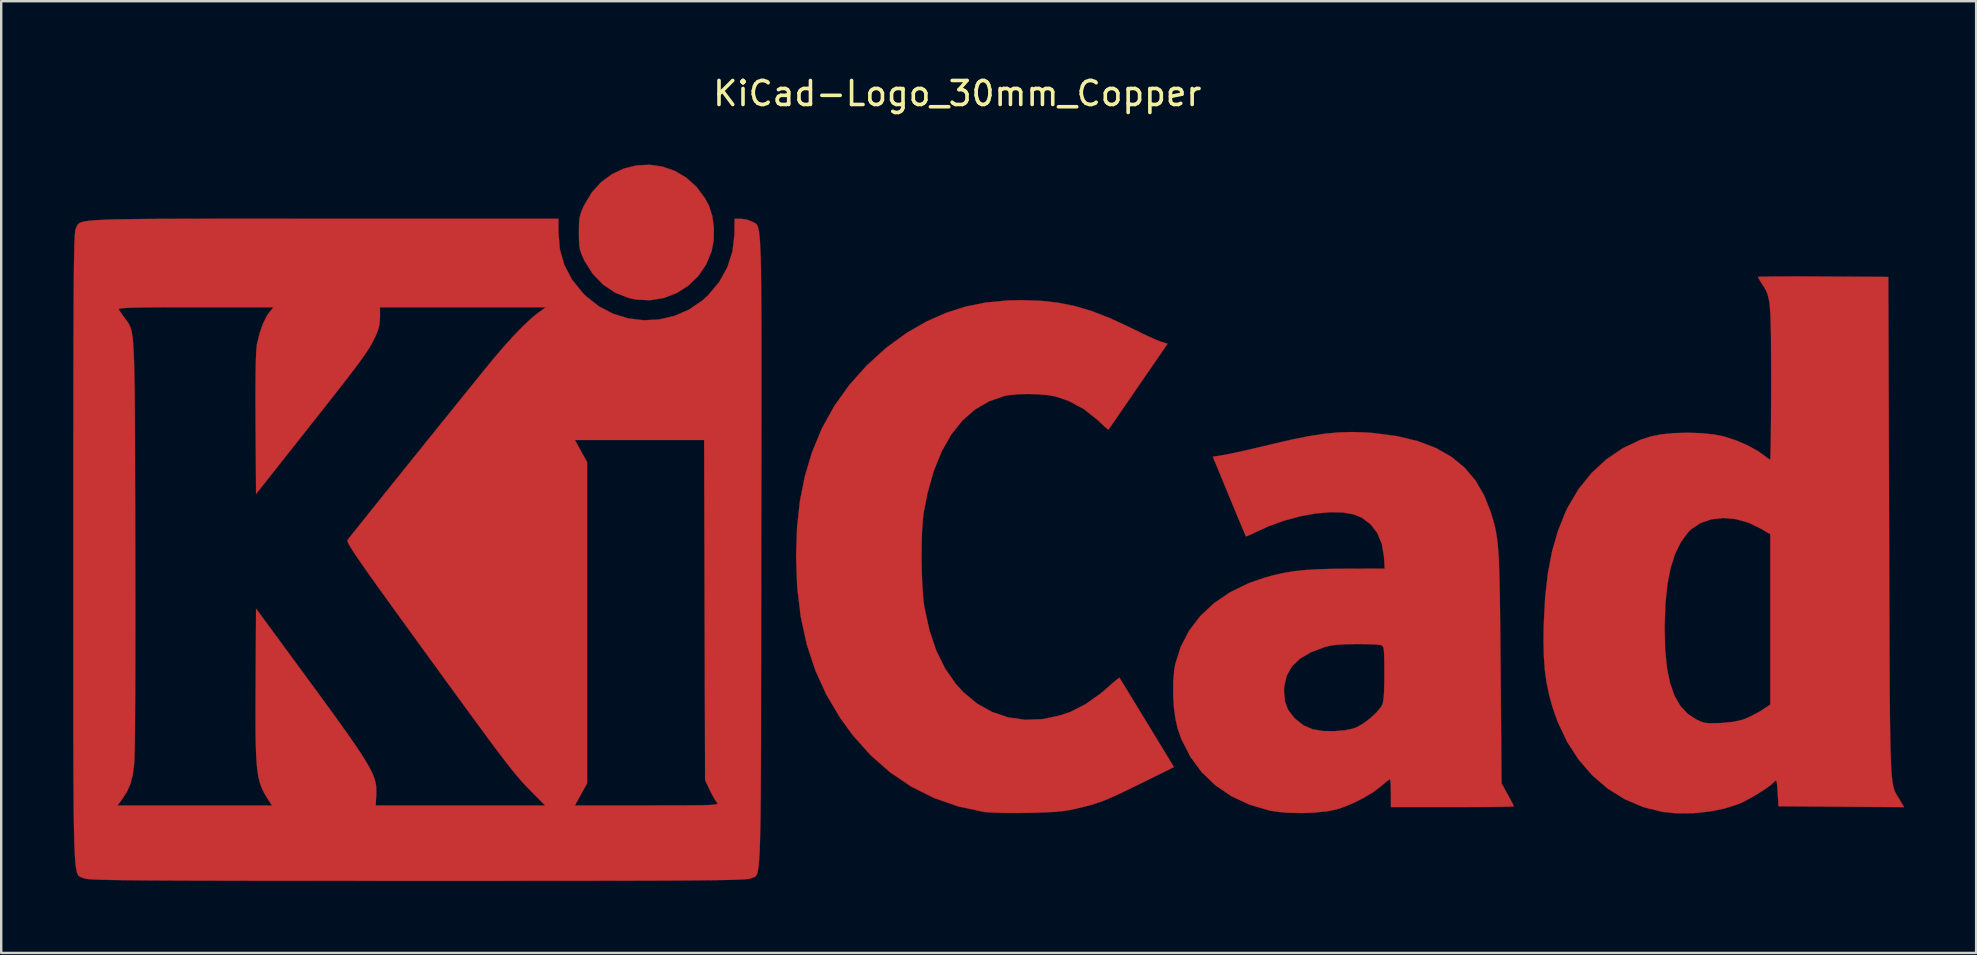
<source format=kicad_pcb>
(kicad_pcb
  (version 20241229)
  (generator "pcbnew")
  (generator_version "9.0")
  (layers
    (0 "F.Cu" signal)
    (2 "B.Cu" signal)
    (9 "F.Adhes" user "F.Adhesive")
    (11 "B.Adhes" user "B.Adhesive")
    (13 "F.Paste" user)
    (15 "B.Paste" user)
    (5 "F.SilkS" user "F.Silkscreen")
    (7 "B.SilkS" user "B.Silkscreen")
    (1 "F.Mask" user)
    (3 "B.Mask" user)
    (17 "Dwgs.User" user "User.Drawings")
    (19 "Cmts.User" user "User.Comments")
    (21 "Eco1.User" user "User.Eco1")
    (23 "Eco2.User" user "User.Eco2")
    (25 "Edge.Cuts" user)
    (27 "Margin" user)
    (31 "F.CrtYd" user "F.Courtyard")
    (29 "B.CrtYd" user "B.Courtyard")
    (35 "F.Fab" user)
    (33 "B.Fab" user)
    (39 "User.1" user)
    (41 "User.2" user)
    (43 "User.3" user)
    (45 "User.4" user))
  (footprint "KiCad-Logo_30mm_Copper"
    (layer "F.Cu")
    (at 38.106 18.628)
    (property "Reference" "KiCad-Logo_30mm_Copper" (at -1.27 -17.78 0) (layer "F.SilkS") (effects (font (size 1 1) (thickness 0.15))))
    (attr exclude_from_pos_files exclude_from_bom)
    (fp_poly (pts (xy -13.557 -14.738) (xy -13.044 -14.56) (xy -12.567 -14.28) (xy -12.141 -13.898) (xy -11.781 -13.415) (xy -11.619 -13.11) (xy -11.48 -12.683) (xy -11.412 -12.191) (xy -11.419 -11.684) (xy -11.503 -11.226) (xy -11.73 -10.665) (xy -12.061 -10.179) (xy -12.477 -9.777) (xy -12.961 -9.468) (xy -13.499 -9.262) (xy -14.071 -9.168) (xy -14.662 -9.197) (xy -14.953 -9.259) (xy -15.521 -9.48) (xy -16.025 -9.817) (xy -16.454 -10.26) (xy -16.795 -10.798) (xy -16.823 -10.856) (xy -16.923 -11.077) (xy -16.986 -11.263) (xy -17.02 -11.459) (xy -17.033 -11.71) (xy -17.036 -11.983) (xy -17.032 -12.311) (xy -17.015 -12.549) (xy -16.976 -12.741) (xy -16.906 -12.933) (xy -16.82 -13.122) (xy -16.498 -13.66) (xy -16.103 -14.095) (xy -15.648 -14.428) (xy -15.151 -14.659) (xy -14.626 -14.787) (xy -14.09 -14.814) (xy -13.557 -14.738)) (stroke (width 0.01) (type solid)) (fill yes) (layer "F.Cu"))
    (fp_poly (pts (xy 2.188 -9.148) (xy 2.924 -9.067) (xy 3.638 -8.923) (xy 4.357 -8.708) (xy 5.111 -8.414) (xy 5.93 -8.033) (xy 6.078 -7.959) (xy 6.416 -7.793) (xy 6.735 -7.643) (xy 7.003 -7.524) (xy 7.189 -7.45) (xy 7.218 -7.44) (xy 7.492 -7.358) (xy 6.265 -5.574) (xy 5.966 -5.138) (xy 5.691 -4.739) (xy 5.452 -4.392) (xy 5.257 -4.11) (xy 5.116 -3.905) (xy 5.038 -3.793) (xy 5.026 -3.775) (xy 4.974 -3.812) (xy 4.847 -3.924) (xy 4.668 -4.091) (xy 4.569 -4.185) (xy 4.007 -4.631) (xy 3.377 -4.97) (xy 2.834 -5.156) (xy 2.508 -5.215) (xy 2.099 -5.25) (xy 1.657 -5.262) (xy 1.228 -5.25) (xy 0.861 -5.213) (xy 0.715 -5.185) (xy 0.055 -4.958) (xy -0.539 -4.612) (xy -1.068 -4.146) (xy -1.53 -3.563) (xy -1.927 -2.861) (xy -2.256 -2.043) (xy -2.517 -1.108) (xy -2.673 -0.307) (xy -2.713 0.046) (xy -2.741 0.503) (xy -2.756 1.029) (xy -2.759 1.594) (xy -2.749 2.163) (xy -2.728 2.703) (xy -2.695 3.184) (xy -2.65 3.57) (xy -2.641 3.629) (xy -2.429 4.59) (xy -2.141 5.439) (xy -1.775 6.183) (xy -1.328 6.823) (xy -1.011 7.169) (xy -0.441 7.64) (xy 0.184 7.988) (xy 0.853 8.213) (xy 1.557 8.312) (xy 2.284 8.285) (xy 3.023 8.128) (xy 3.461 7.974) (xy 4.066 7.666) (xy 4.69 7.225) (xy 5.04 6.926) (xy 5.236 6.753) (xy 5.39 6.626) (xy 5.478 6.565) (xy 5.489 6.563) (xy 5.528 6.626) (xy 5.629 6.791) (xy 5.784 7.044) (xy 5.985 7.372) (xy 6.221 7.76) (xy 6.485 8.193) (xy 6.633 8.435) (xy 7.756 10.281) (xy 6.353 10.974) (xy 5.846 11.223) (xy 5.435 11.419) (xy 5.095 11.573) (xy 4.802 11.693) (xy 4.529 11.79) (xy 4.252 11.873) (xy 3.946 11.953) (xy 3.653 12.022) (xy 3.392 12.076) (xy 3.12 12.117) (xy 2.808 12.147) (xy 2.429 12.168) (xy 1.957 12.183) (xy 1.639 12.189) (xy 1.185 12.194) (xy 0.749 12.192) (xy 0.361 12.183) (xy 0.049 12.17) (xy -0.157 12.152) (xy -0.169 12.15) (xy -1.242 11.918) (xy -2.249 11.566) (xy -3.19 11.095) (xy -4.066 10.504) (xy -4.875 9.794) (xy -5.617 8.965) (xy -6.154 8.228) (xy -6.726 7.263) (xy -7.189 6.245) (xy -7.544 5.164) (xy -7.794 4.013) (xy -7.941 2.783) (xy -7.987 1.534) (xy -7.949 0.327) (xy -7.83 -0.788) (xy -7.625 -1.828) (xy -7.33 -2.812) (xy -6.943 -3.759) (xy -6.897 -3.857) (xy -6.387 -4.774) (xy -5.761 -5.647) (xy -5.037 -6.457) (xy -4.232 -7.187) (xy -3.364 -7.818) (xy -2.555 -8.281) (xy -1.738 -8.643) (xy -0.919 -8.906) (xy -0.066 -9.076) (xy 0.851 -9.16) (xy 1.4 -9.173) (xy 2.188 -9.148)) (stroke (width 0.01) (type solid)) (fill yes) (layer "F.Cu"))
    (fp_poly (pts (xy 34.027 -10.161) (xy 34.608 -10.159) (xy 34.806 -10.157) (xy 37.52 -10.14) (xy 37.554 0.273) (xy 37.558 1.685) (xy 37.562 2.967) (xy 37.566 4.126) (xy 37.57 5.168) (xy 37.574 6.1) (xy 37.578 6.929) (xy 37.584 7.661) (xy 37.59 8.303) (xy 37.598 8.861) (xy 37.607 9.342) (xy 37.618 9.753) (xy 37.631 10.101) (xy 37.646 10.392) (xy 37.664 10.632) (xy 37.685 10.828) (xy 37.709 10.988) (xy 37.736 11.117) (xy 37.766 11.222) (xy 37.801 11.31) (xy 37.84 11.388) (xy 37.883 11.462) (xy 37.931 11.538) (xy 37.983 11.624) (xy 37.994 11.642) (xy 38.175 11.951) (xy 35.56 11.933) (xy 32.945 11.915) (xy 32.911 11.34) (xy 32.892 11.065) (xy 32.873 10.905) (xy 32.847 10.842) (xy 32.807 10.855) (xy 32.774 10.891) (xy 32.63 11.024) (xy 32.396 11.195) (xy 32.105 11.383) (xy 31.788 11.568) (xy 31.481 11.73) (xy 31.244 11.836) (xy 30.691 12.011) (xy 30.056 12.136) (xy 29.386 12.204) (xy 28.728 12.211) (xy 28.129 12.154) (xy 28.12 12.152) (xy 27.301 11.947) (xy 26.534 11.619) (xy 25.827 11.177) (xy 25.187 10.627) (xy 24.622 9.976) (xy 24.139 9.231) (xy 23.745 8.4) (xy 23.53 7.784) (xy 23.388 7.269) (xy 23.284 6.77) (xy 23.212 6.257) (xy 23.171 5.699) (xy 23.156 5.068) (xy 23.162 4.552) (xy 28.201 4.552) (xy 28.225 5.417) (xy 28.3 6.161) (xy 28.429 6.791) (xy 28.614 7.314) (xy 28.857 7.735) (xy 29.161 8.062) (xy 29.511 8.293) (xy 29.694 8.38) (xy 29.852 8.432) (xy 30.029 8.455) (xy 30.266 8.457) (xy 30.521 8.448) (xy 31.023 8.404) (xy 31.42 8.317) (xy 31.545 8.274) (xy 31.83 8.145) (xy 32.131 7.984) (xy 32.262 7.903) (xy 32.603 7.68) (xy 32.603 0.582) (xy 32.228 0.357) (xy 31.704 0.102) (xy 31.169 -0.048) (xy 30.642 -0.096) (xy 30.143 -0.041) (xy 29.691 0.115) (xy 29.307 0.372) (xy 29.182 0.495) (xy 28.883 0.898) (xy 28.641 1.386) (xy 28.454 1.968) (xy 28.319 2.651) (xy 28.236 3.444) (xy 28.202 4.355) (xy 28.201 4.552) (xy 23.162 4.552) (xy 23.165 4.337) (xy 23.223 3.213) (xy 23.338 2.199) (xy 23.515 1.281) (xy 23.757 0.443) (xy 24.065 -0.329) (xy 24.175 -0.558) (xy 24.619 -1.304) (xy 25.155 -1.967) (xy 25.771 -2.537) (xy 26.454 -3.002) (xy 27.191 -3.352) (xy 27.634 -3.496) (xy 28.068 -3.581) (xy 28.591 -3.632) (xy 29.158 -3.649) (xy 29.725 -3.63) (xy 30.25 -3.577) (xy 30.671 -3.494) (xy 31.172 -3.331) (xy 31.658 -3.122) (xy 32.083 -2.887) (xy 32.309 -2.727) (xy 32.465 -2.609) (xy 32.575 -2.537) (xy 32.599 -2.526) (xy 32.607 -2.592) (xy 32.614 -2.782) (xy 32.621 -3.081) (xy 32.627 -3.476) (xy 32.631 -3.955) (xy 32.635 -4.504) (xy 32.637 -5.108) (xy 32.638 -5.725) (xy 32.637 -6.514) (xy 32.635 -7.179) (xy 32.631 -7.733) (xy 32.622 -8.189) (xy 32.609 -8.559) (xy 32.589 -8.857) (xy 32.562 -9.094) (xy 32.526 -9.283) (xy 32.481 -9.438) (xy 32.426 -9.571) (xy 32.358 -9.695) (xy 32.277 -9.822) (xy 32.267 -9.837) (xy 32.163 -10.002) (xy 32.1 -10.115) (xy 32.091 -10.139) (xy 32.157 -10.146) (xy 32.345 -10.152) (xy 32.641 -10.157) (xy 33.029 -10.16) (xy 33.496 -10.161) (xy 34.027 -10.161)) (stroke (width 0.01) (type solid)) (fill yes) (layer "F.Cu"))
    (fp_poly (pts (xy 15.752 -3.659) (xy 16.091 -3.633) (xy 17.059 -3.505) (xy 17.916 -3.299) (xy 18.666 -3.014) (xy 19.315 -2.647) (xy 19.865 -2.195) (xy 20.321 -1.655) (xy 20.687 -1.024) (xy 20.954 -0.341) (xy 21.022 -0.124) (xy 21.081 0.08) (xy 21.132 0.281) (xy 21.176 0.49) (xy 21.213 0.719) (xy 21.244 0.977) (xy 21.27 1.277) (xy 21.291 1.628) (xy 21.308 2.042) (xy 21.322 2.531) (xy 21.334 3.104) (xy 21.343 3.774) (xy 21.352 4.55) (xy 21.36 5.444) (xy 21.366 6.145) (xy 21.406 10.959) (xy 21.662 11.422) (xy 21.783 11.645) (xy 21.873 11.819) (xy 21.916 11.911) (xy 21.918 11.917) (xy 21.852 11.924) (xy 21.665 11.931) (xy 21.37 11.937) (xy 20.985 11.942) (xy 20.522 11.945) (xy 19.997 11.948) (xy 19.425 11.949) (xy 19.357 11.949) (xy 16.797 11.949) (xy 16.797 11.369) (xy 16.792 11.106) (xy 16.781 10.906) (xy 16.764 10.798) (xy 16.757 10.788) (xy 16.689 10.83) (xy 16.549 10.939) (xy 16.368 11.093) (xy 16.364 11.097) (xy 16.033 11.343) (xy 15.615 11.59) (xy 15.158 11.814) (xy 14.708 11.991) (xy 14.509 12.051) (xy 14.115 12.128) (xy 13.631 12.177) (xy 13.102 12.197) (xy 12.572 12.188) (xy 12.085 12.15) (xy 11.744 12.095) (xy 10.909 11.849) (xy 10.157 11.5) (xy 9.493 11.05) (xy 8.922 10.505) (xy 8.449 9.868) (xy 8.079 9.145) (xy 7.92 8.706) (xy 7.82 8.279) (xy 7.753 7.767) (xy 7.723 7.216) (xy 7.724 7.136) (xy 12.342 7.136) (xy 12.38 7.545) (xy 12.507 7.885) (xy 12.743 8.201) (xy 12.834 8.293) (xy 13.155 8.543) (xy 13.527 8.703) (xy 13.973 8.781) (xy 14.442 8.786) (xy 14.887 8.749) (xy 15.228 8.675) (xy 15.376 8.62) (xy 15.642 8.469) (xy 15.925 8.256) (xy 16.183 8.018) (xy 16.375 7.789) (xy 16.426 7.705) (xy 16.466 7.588) (xy 16.494 7.401) (xy 16.513 7.126) (xy 16.522 6.747) (xy 16.524 6.385) (xy 16.522 5.964) (xy 16.517 5.659) (xy 16.506 5.452) (xy 16.487 5.321) (xy 16.458 5.247) (xy 16.417 5.21) (xy 16.404 5.204) (xy 16.294 5.186) (xy 16.077 5.171) (xy 15.781 5.161) (xy 15.438 5.157) (xy 15.363 5.157) (xy 14.903 5.164) (xy 14.549 5.186) (xy 14.266 5.225) (xy 14.034 5.283) (xy 13.456 5.501) (xy 13.002 5.77) (xy 12.67 6.093) (xy 12.455 6.475) (xy 12.352 6.92) (xy 12.342 7.136) (xy 7.724 7.136) (xy 7.729 6.675) (xy 7.776 6.189) (xy 7.812 5.993) (xy 8.042 5.265) (xy 8.392 4.595) (xy 8.855 3.99) (xy 9.424 3.456) (xy 10.094 2.999) (xy 10.857 2.626) (xy 11.505 2.399) (xy 11.939 2.28) (xy 12.353 2.188) (xy 12.776 2.119) (xy 13.233 2.071) (xy 13.752 2.04) (xy 14.36 2.023) (xy 14.91 2.019) (xy 16.539 2.014) (xy 16.508 1.524) (xy 16.419 0.993) (xy 16.231 0.536) (xy 15.95 0.166) (xy 15.586 -0.108) (xy 15.265 -0.241) (xy 14.806 -0.325) (xy 14.258 -0.337) (xy 13.65 -0.282) (xy 13.004 -0.163) (xy 12.348 0.014) (xy 11.708 0.245) (xy 11.242 0.457) (xy 11.018 0.566) (xy 10.847 0.641) (xy 10.76 0.671) (xy 10.756 0.67) (xy 10.726 0.604) (xy 10.651 0.428) (xy 10.538 0.16) (xy 10.394 -0.185) (xy 10.227 -0.588) (xy 10.057 -0.999) (xy 9.377 -2.647) (xy 9.861 -2.726) (xy 10.07 -2.766) (xy 10.385 -2.833) (xy 10.779 -2.921) (xy 11.224 -3.024) (xy 11.694 -3.135) (xy 11.881 -3.181) (xy 12.69 -3.368) (xy 13.398 -3.509) (xy 14.032 -3.606) (xy 14.618 -3.661) (xy 15.183 -3.678) (xy 15.752 -3.659)) (stroke (width 0.01) (type solid)) (fill yes) (layer "F.Cu"))
    (fp_poly (pts (xy -29.619 -12.564) (xy -28.303 -12.563) (xy -27.691 -12.563) (xy -17.889 -12.563) (xy -17.889 -11.986) (xy -17.828 -11.283) (xy -17.641 -10.634) (xy -17.329 -10.036) (xy -16.889 -9.486) (xy -16.74 -9.337) (xy -16.205 -8.915) (xy -15.614 -8.607) (xy -14.986 -8.414) (xy -14.338 -8.334) (xy -13.688 -8.368) (xy -13.053 -8.516) (xy -12.451 -8.777) (xy -11.899 -9.152) (xy -11.651 -9.377) (xy -11.189 -9.932) (xy -10.851 -10.541) (xy -10.638 -11.198) (xy -10.555 -11.897) (xy -10.554 -11.966) (xy -10.549 -12.563) (xy -10.287 -12.563) (xy -10.054 -12.532) (xy -9.841 -12.455) (xy -9.827 -12.447) (xy -9.779 -12.422) (xy -9.735 -12.403) (xy -9.694 -12.383) (xy -9.658 -12.358) (xy -9.624 -12.321) (xy -9.594 -12.267) (xy -9.567 -12.19) (xy -9.543 -12.085) (xy -9.522 -11.946) (xy -9.504 -11.767) (xy -9.488 -11.543) (xy -9.474 -11.267) (xy -9.463 -10.935) (xy -9.453 -10.541) (xy -9.446 -10.078) (xy -9.44 -9.542) (xy -9.435 -8.927) (xy -9.432 -8.226) (xy -9.431 -7.435) (xy -9.43 -6.548) (xy -9.43 -5.558) (xy -9.431 -4.461) (xy -9.432 -3.251) (xy -9.434 -1.922) (xy -9.436 -0.468) (xy -9.439 1.116) (xy -9.439 1.309) (xy -9.441 2.903) (xy -9.443 4.366) (xy -9.444 5.704) (xy -9.446 6.923) (xy -9.448 8.027) (xy -9.45 9.023) (xy -9.453 9.917) (xy -9.457 10.714) (xy -9.461 11.419) (xy -9.467 12.038) (xy -9.474 12.578) (xy -9.483 13.043) (xy -9.493 13.44) (xy -9.505 13.773) (xy -9.52 14.049) (xy -9.536 14.273) (xy -9.555 14.451) (xy -9.577 14.589) (xy -9.601 14.692) (xy -9.628 14.766) (xy -9.659 14.816) (xy -9.692 14.849) (xy -9.73 14.869) (xy -9.771 14.883) (xy -9.815 14.896) (xy -9.864 14.914) (xy -9.876 14.919) (xy -9.914 14.931) (xy -9.976 14.942) (xy -10.07 14.953) (xy -10.2 14.962) (xy -10.371 14.97) (xy -10.59 14.978) (xy -10.861 14.985) (xy -11.19 14.991) (xy -11.584 14.996) (xy -12.046 15.001) (xy -12.582 15.005) (xy -13.199 15.009) (xy -13.902 15.012) (xy -14.695 15.014) (xy -15.585 15.016) (xy -16.577 15.017) (xy -17.676 15.019) (xy -18.889 15.019) (xy -20.22 15.02) (xy -21.674 15.02) (xy -23.258 15.02) (xy -23.772 15.02) (xy -25.391 15.02) (xy -26.879 15.019) (xy -28.242 15.019) (xy -29.485 15.018) (xy -30.613 15.017) (xy -31.633 15.015) (xy -32.549 15.013) (xy -33.368 15.011) (xy -34.094 15.008) (xy -34.734 15.005) (xy -35.293 15.001) (xy -35.776 14.996) (xy -36.189 14.991) (xy -36.538 14.986) (xy -36.828 14.979) (xy -37.064 14.972) (xy -37.253 14.964) (xy -37.399 14.955) (xy -37.508 14.945) (xy -37.587 14.934) (xy -37.64 14.922) (xy -37.668 14.911) (xy -37.72 14.89) (xy -37.766 14.874) (xy -37.809 14.858) (xy -37.849 14.836) (xy -37.884 14.804) (xy -37.916 14.754) (xy -37.945 14.682) (xy -37.97 14.581) (xy -37.993 14.447) (xy -38.013 14.273) (xy -38.03 14.054) (xy -38.045 13.784) (xy -38.058 13.458) (xy -38.068 13.069) (xy -38.077 12.613) (xy -38.084 12.084) (xy -38.086 11.881) (xy -36.263 11.881) (xy -29.822 11.881) (xy -29.946 11.693) (xy -30.07 11.5) (xy -30.174 11.316) (xy -30.261 11.129) (xy -30.332 10.925) (xy -30.389 10.692) (xy -30.433 10.416) (xy -30.465 10.086) (xy -30.487 9.687) (xy -30.501 9.208) (xy -30.508 8.635) (xy -30.509 7.955) (xy -30.506 7.156) (xy -30.505 6.86) (xy -30.487 3.68) (xy -28.473 6.423) (xy -27.902 7.2) (xy -27.408 7.878) (xy -26.984 8.464) (xy -26.626 8.967) (xy -26.329 9.397) (xy -26.086 9.762) (xy -25.893 10.071) (xy -25.744 10.334) (xy -25.633 10.559) (xy -25.557 10.755) (xy -25.508 10.931) (xy -25.483 11.097) (xy -25.475 11.261) (xy -25.479 11.432) (xy -25.48 11.453) (xy -25.502 11.881) (xy -21.973 11.881) (xy -18.444 11.881) (xy -18.969 11.351) (xy -19.111 11.206) (xy -19.246 11.066) (xy -19.38 10.921) (xy -19.519 10.764) (xy -19.667 10.589) (xy -19.833 10.386) (xy -20.02 10.148) (xy -20.236 9.867) (xy -20.486 9.536) (xy -20.776 9.147) (xy -21.112 8.691) (xy -21.501 8.162) (xy -21.947 7.551) (xy -22.457 6.851) (xy -23.037 6.054) (xy -23.512 5.4) (xy -24.108 4.578) (xy -24.629 3.86) (xy -25.078 3.238) (xy -25.46 2.706) (xy -25.78 2.256) (xy -26.043 1.882) (xy -26.253 1.578) (xy -26.416 1.336) (xy -26.535 1.149) (xy -26.616 1.011) (xy -26.663 0.915) (xy -26.682 0.854) (xy -26.676 0.822) (xy -26.61 0.736) (xy -26.466 0.555) (xy -26.254 0.29) (xy -25.982 -0.05) (xy -25.66 -0.453) (xy -25.294 -0.908) (xy -24.895 -1.405) (xy -24.47 -1.933) (xy -24.029 -2.482) (xy -23.58 -3.039) (xy -23.334 -3.346) (xy -17.204 -3.346) (xy -16.949 -2.885) (xy -16.694 -2.424) (xy -16.694 10.959) (xy -16.949 11.42) (xy -17.204 11.881) (xy -14.19 11.881) (xy -13.471 11.88) (xy -12.877 11.879) (xy -12.396 11.877) (xy -12.018 11.873) (xy -11.731 11.868) (xy -11.524 11.859) (xy -11.385 11.847) (xy -11.304 11.832) (xy -11.267 11.812) (xy -11.265 11.788) (xy -11.286 11.76) (xy -11.286 11.759) (xy -11.373 11.635) (xy -11.487 11.432) (xy -11.587 11.23) (xy -11.778 10.822) (xy -11.798 3.738) (xy -11.817 -3.346) (xy -17.204 -3.346) (xy -23.334 -3.346) (xy -23.132 -3.595) (xy -22.694 -4.14) (xy -22.273 -4.661) (xy -21.88 -5.149) (xy -21.521 -5.592) (xy -21.207 -5.98) (xy -20.946 -6.302) (xy -20.746 -6.548) (xy -20.628 -6.691) (xy -20.172 -7.227) (xy -19.734 -7.71) (xy -19.328 -8.126) (xy -18.97 -8.457) (xy -18.715 -8.66) (xy -18.415 -8.876) (xy -25.325 -8.876) (xy -25.323 -8.471) (xy -25.342 -8.173) (xy -25.415 -7.896) (xy -25.527 -7.634) (xy -25.6 -7.486) (xy -25.679 -7.34) (xy -25.77 -7.185) (xy -25.881 -7.012) (xy -26.019 -6.811) (xy -26.191 -6.572) (xy -26.405 -6.286) (xy -26.667 -5.943) (xy -26.985 -5.533) (xy -27.366 -5.047) (xy -27.817 -4.475) (xy -28.345 -3.806) (xy -28.404 -3.731) (xy -30.487 -1.097) (xy -30.507 -4.014) (xy -30.511 -4.887) (xy -30.51 -5.627) (xy -30.504 -6.235) (xy -30.494 -6.714) (xy -30.478 -7.066) (xy -30.457 -7.294) (xy -30.45 -7.337) (xy -30.339 -7.792) (xy -30.194 -8.203) (xy -30.029 -8.533) (xy -29.929 -8.673) (xy -29.758 -8.876) (xy -33.011 -8.876) (xy -33.787 -8.876) (xy -34.436 -8.874) (xy -34.968 -8.87) (xy -35.391 -8.864) (xy -35.715 -8.856) (xy -35.95 -8.845) (xy -36.106 -8.831) (xy -36.191 -8.815) (xy -36.215 -8.795) (xy -36.213 -8.791) (xy -36.144 -8.687) (xy -36.029 -8.522) (xy -35.969 -8.438) (xy -35.908 -8.355) (xy -35.852 -8.281) (xy -35.803 -8.208) (xy -35.759 -8.129) (xy -35.72 -8.037) (xy -35.686 -7.924) (xy -35.657 -7.784) (xy -35.632 -7.608) (xy -35.61 -7.39) (xy -35.592 -7.122) (xy -35.577 -6.797) (xy -35.565 -6.408) (xy -35.555 -5.947) (xy -35.547 -5.406) (xy -35.541 -4.779) (xy -35.536 -4.058) (xy -35.533 -3.236) (xy -35.53 -2.306) (xy -35.527 -1.26) (xy -35.524 -0.091) (xy -35.521 0.983) (xy -35.519 2.181) (xy -35.517 3.323) (xy -35.517 4.404) (xy -35.518 5.414) (xy -35.52 6.348) (xy -35.524 7.198) (xy -35.528 7.956) (xy -35.533 8.615) (xy -35.539 9.169) (xy -35.546 9.609) (xy -35.554 9.928) (xy -35.563 10.12) (xy -35.564 10.14) (xy -35.625 10.604) (xy -35.719 10.977) (xy -35.863 11.302) (xy -36.071 11.624) (xy -36.097 11.659) (xy -36.263 11.881) (xy -38.086 11.881) (xy -38.089 11.475) (xy -38.094 10.782) (xy -38.097 9.999) (xy -38.099 9.119) (xy -38.1 8.138) (xy -38.1 7.05) (xy -38.101 5.848) (xy -38.1 4.529) (xy -38.1 3.085) (xy -38.1 1.511) (xy -38.1 1.198) (xy -38.1 -0.392) (xy -38.1 -1.852) (xy -38.099 -3.186) (xy -38.098 -4.4) (xy -38.097 -5.5) (xy -38.095 -6.492) (xy -38.094 -7.381) (xy -38.091 -8.172) (xy -38.088 -8.872) (xy -38.085 -9.486) (xy -38.08 -10.019) (xy -38.076 -10.477) (xy -38.07 -10.866) (xy -38.064 -11.191) (xy -38.057 -11.458) (xy -38.049 -11.673) (xy -38.041 -11.841) (xy -38.031 -11.967) (xy -38.021 -12.058) (xy -38.009 -12.119) (xy -37.997 -12.155) (xy -37.996 -12.156) (xy -37.971 -12.211) (xy -37.949 -12.262) (xy -37.926 -12.307) (xy -37.893 -12.347) (xy -37.845 -12.383) (xy -37.775 -12.415) (xy -37.677 -12.443) (xy -37.543 -12.467) (xy -37.368 -12.488) (xy -37.144 -12.505) (xy -36.866 -12.52) (xy -36.526 -12.532) (xy -36.118 -12.541) (xy -35.635 -12.549) (xy -35.072 -12.555) (xy -34.421 -12.559) (xy -33.675 -12.561) (xy -32.829 -12.563) (xy -31.875 -12.564) (xy -30.807 -12.564) (xy -29.619 -12.564)) (stroke (width 0.01) (type solid)) (fill yes) (layer "F.Cu")))
  (gr_rect
    (start -3 -3)
    (end 79.286 36.653)
    (stroke (width 0.1) (type default))
    (fill no)
    (layer "Edge.Cuts")))
</source>
